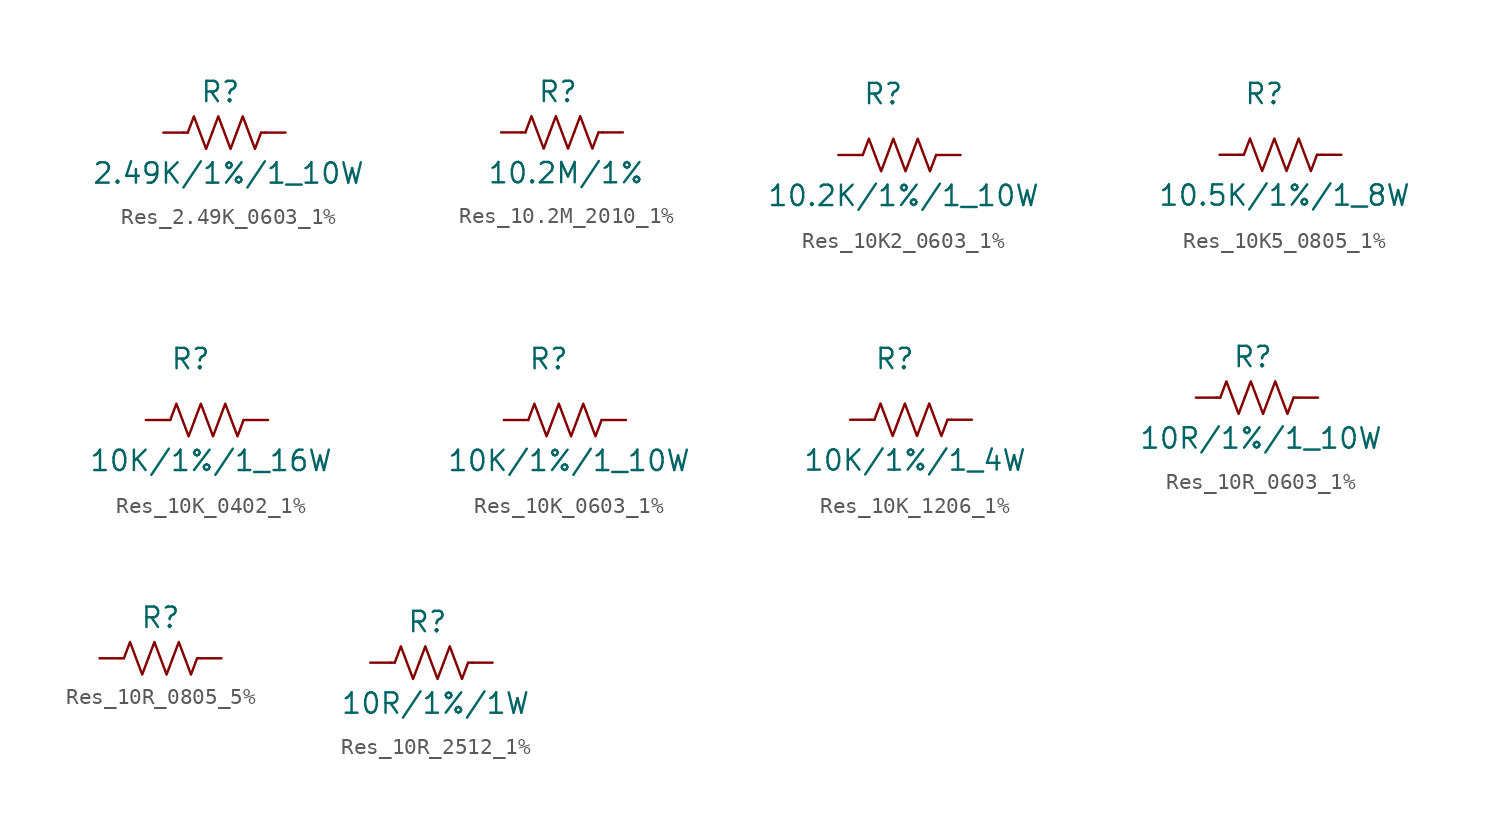
<source format=kicad_sym>
(kicad_symbol_lib
  (version 20231120)
  (generator "kicad_symbol_editor")
  (generator_version "8.0")
  (symbol "Res_2.49K_0603_1%"
    (pin_numbers hide)
    (pin_names hide)
    (property "Reference" "R"
      (at 3.556 2.54 0)
      (effects (font (size 1.27 1.27))))
    (property "Value" "2.49K/1%/1_10W"
      (at 4.064 -2.54 0)
      (effects (font (size 1.27 1.27))))
    (symbol "Res_2.49K_0603_1%_0_1"
      (polyline (pts (xy 1.524 0) (xy 1.27 0)) (stroke (width 0) (type default)) (fill (type none)))
      (polyline (pts (xy 6.096 0) (xy 6.35 0)) (stroke (width 0) (type default)) (fill (type none)))
      (polyline (pts (xy 1.524 0) (xy 1.905 1.016) (xy 2.286 0) (xy 2.667 -1.016) (xy 3.048 0)) (stroke (width 0) (type default)) (fill (type none)))
      (polyline (pts (xy 3.048 0) (xy 3.429 1.016) (xy 3.81 0) (xy 4.191 -1.016) (xy 4.572 0)) (stroke (width 0) (type default)) (fill (type none)))
      (polyline (pts (xy 4.572 0) (xy 4.953 1.016) (xy 5.334 0) (xy 5.715 -1.016) (xy 6.096 0)) (stroke (width 0) (type default)) (fill (type none))))
    (symbol "Res_2.49K_0603_1%_1_1"
      (pin passive line (at 0 0 0) (length 1.27) (name "~" (effects (font (size 1.27 1.27)))) (number "1" (effects (font (size 1.27 1.27)))))
      (pin passive line (at 7.62 0 180) (length 1.27) (name "~" (effects (font (size 1.27 1.27)))) (number "2" (effects (font (size 1.27 1.27)))))))
  (symbol "Res_10.2M_2010_1%"
    (pin_numbers hide)
    (pin_names hide)
    (property "Reference" "R"
      (at 3.556 2.54 0)
      (effects (font (size 1.27 1.27))))
    (property "Value" "10.2M/1%"
      (at 4.064 -2.54 0)
      (effects (font (size 1.27 1.27))))
    (symbol "Res_10.2M_2010_1%_0_1"
      (polyline (pts (xy 1.524 0) (xy 1.27 0)) (stroke (width 0) (type default)) (fill (type none)))
      (polyline (pts (xy 6.096 0) (xy 6.35 0)) (stroke (width 0) (type default)) (fill (type none)))
      (polyline (pts (xy 1.524 0) (xy 1.905 1.016) (xy 2.286 0) (xy 2.667 -1.016) (xy 3.048 0)) (stroke (width 0) (type default)) (fill (type none)))
      (polyline (pts (xy 3.048 0) (xy 3.429 1.016) (xy 3.81 0) (xy 4.191 -1.016) (xy 4.572 0)) (stroke (width 0) (type default)) (fill (type none)))
      (polyline (pts (xy 4.572 0) (xy 4.953 1.016) (xy 5.334 0) (xy 5.715 -1.016) (xy 6.096 0)) (stroke (width 0) (type default)) (fill (type none))))
    (symbol "Res_10.2M_2010_1%_1_1"
      (pin passive line (at 0 0 0) (length 1.27) (name "~" (effects (font (size 1.27 1.27)))) (number "1" (effects (font (size 1.27 1.27)))))
      (pin passive line (at 7.62 0 180) (length 1.27) (name "~" (effects (font (size 1.27 1.27)))) (number "2" (effects (font (size 1.27 1.27)))))))
  (symbol "Res_10K2_0603_1%"
    (pin_numbers hide)
    (pin_names hide)
    (property "Reference" "R"
      (at 2.794 3.81 0)
      (effects (font (size 1.27 1.27))))
    (property "Value" "10.2K/1%/1_10W"
      (at 4.064 -2.54 0)
      (effects (font (size 1.27 1.27))))
    (symbol "Res_10K2_0603_1%_0_1"
      (polyline (pts (xy 1.524 0) (xy 1.27 0)) (stroke (width 0) (type default)) (fill (type none)))
      (polyline (pts (xy 6.096 0) (xy 6.35 0)) (stroke (width 0) (type default)) (fill (type none)))
      (polyline (pts (xy 1.524 0) (xy 1.905 1.016) (xy 2.286 0) (xy 2.667 -1.016) (xy 3.048 0)) (stroke (width 0) (type default)) (fill (type none)))
      (polyline (pts (xy 3.048 0) (xy 3.429 1.016) (xy 3.81 0) (xy 4.191 -1.016) (xy 4.572 0)) (stroke (width 0) (type default)) (fill (type none)))
      (polyline (pts (xy 4.572 0) (xy 4.953 1.016) (xy 5.334 0) (xy 5.715 -1.016) (xy 6.096 0)) (stroke (width 0) (type default)) (fill (type none))))
    (symbol "Res_10K2_0603_1%_1_1"
      (pin passive line (at 0 0 0) (length 1.27) (name "~" (effects (font (size 1.27 1.27)))) (number "1" (effects (font (size 1.27 1.27)))))
      (pin passive line (at 7.62 0 180) (length 1.27) (name "~" (effects (font (size 1.27 1.27)))) (number "2" (effects (font (size 1.27 1.27)))))))
  (symbol "Res_10K5_0805_1%"
    (pin_numbers hide)
    (pin_names hide)
    (property "Reference" "R"
      (at 2.794 3.81 0)
      (effects (font (size 1.27 1.27))))
    (property "Value" "10.5K/1%/1_8W"
      (at 4.064 -2.54 0)
      (effects (font (size 1.27 1.27))))
    (symbol "Res_10K5_0805_1%_0_1"
      (polyline (pts (xy 1.524 0) (xy 1.27 0)) (stroke (width 0) (type default)) (fill (type none)))
      (polyline (pts (xy 6.096 0) (xy 6.35 0)) (stroke (width 0) (type default)) (fill (type none)))
      (polyline (pts (xy 1.524 0) (xy 1.905 1.016) (xy 2.286 0) (xy 2.667 -1.016) (xy 3.048 0)) (stroke (width 0) (type default)) (fill (type none)))
      (polyline (pts (xy 3.048 0) (xy 3.429 1.016) (xy 3.81 0) (xy 4.191 -1.016) (xy 4.572 0)) (stroke (width 0) (type default)) (fill (type none)))
      (polyline (pts (xy 4.572 0) (xy 4.953 1.016) (xy 5.334 0) (xy 5.715 -1.016) (xy 6.096 0)) (stroke (width 0) (type default)) (fill (type none))))
    (symbol "Res_10K5_0805_1%_1_1"
      (pin passive line (at 0 0 0) (length 1.27) (name "~" (effects (font (size 1.27 1.27)))) (number "1" (effects (font (size 1.27 1.27)))))
      (pin passive line (at 7.62 0 180) (length 1.27) (name "~" (effects (font (size 1.27 1.27)))) (number "2" (effects (font (size 1.27 1.27)))))))
  (symbol "Res_10K_0402_1%"
    (pin_numbers hide)
    (pin_names hide)
    (property "Reference" "R"
      (at 2.794 3.81 0)
      (effects (font (size 1.27 1.27))))
    (property "Value" "10K/1%/1_16W"
      (at 4.064 -2.54 0)
      (effects (font (size 1.27 1.27))))
    (symbol "Res_10K_0402_1%_0_1"
      (polyline (pts (xy 1.524 0) (xy 1.27 0)) (stroke (width 0) (type default)) (fill (type none)))
      (polyline (pts (xy 6.096 0) (xy 6.35 0)) (stroke (width 0) (type default)) (fill (type none)))
      (polyline (pts (xy 1.524 0) (xy 1.905 1.016) (xy 2.286 0) (xy 2.667 -1.016) (xy 3.048 0)) (stroke (width 0) (type default)) (fill (type none)))
      (polyline (pts (xy 3.048 0) (xy 3.429 1.016) (xy 3.81 0) (xy 4.191 -1.016) (xy 4.572 0)) (stroke (width 0) (type default)) (fill (type none)))
      (polyline (pts (xy 4.572 0) (xy 4.953 1.016) (xy 5.334 0) (xy 5.715 -1.016) (xy 6.096 0)) (stroke (width 0) (type default)) (fill (type none))))
    (symbol "Res_10K_0402_1%_1_1"
      (pin passive line (at 0 0 0) (length 1.27) (name "~" (effects (font (size 1.27 1.27)))) (number "1" (effects (font (size 1.27 1.27)))))
      (pin passive line (at 7.62 0 180) (length 1.27) (name "~" (effects (font (size 1.27 1.27)))) (number "2" (effects (font (size 1.27 1.27)))))))
  (symbol "Res_10K_0603_1%"
    (pin_numbers hide)
    (pin_names hide)
    (property "Reference" "R"
      (at 2.794 3.81 0)
      (effects (font (size 1.27 1.27))))
    (property "Value" "10K/1%/1_10W"
      (at 4.064 -2.54 0)
      (effects (font (size 1.27 1.27))))
    (symbol "Res_10K_0603_1%_0_1"
      (polyline (pts (xy 1.524 0) (xy 1.27 0)) (stroke (width 0) (type default)) (fill (type none)))
      (polyline (pts (xy 6.096 0) (xy 6.35 0)) (stroke (width 0) (type default)) (fill (type none)))
      (polyline (pts (xy 1.524 0) (xy 1.905 1.016) (xy 2.286 0) (xy 2.667 -1.016) (xy 3.048 0)) (stroke (width 0) (type default)) (fill (type none)))
      (polyline (pts (xy 3.048 0) (xy 3.429 1.016) (xy 3.81 0) (xy 4.191 -1.016) (xy 4.572 0)) (stroke (width 0) (type default)) (fill (type none)))
      (polyline (pts (xy 4.572 0) (xy 4.953 1.016) (xy 5.334 0) (xy 5.715 -1.016) (xy 6.096 0)) (stroke (width 0) (type default)) (fill (type none))))
    (symbol "Res_10K_0603_1%_1_1"
      (pin passive line (at 0 0 0) (length 1.27) (name "~" (effects (font (size 1.27 1.27)))) (number "1" (effects (font (size 1.27 1.27)))))
      (pin passive line (at 7.62 0 180) (length 1.27) (name "~" (effects (font (size 1.27 1.27)))) (number "2" (effects (font (size 1.27 1.27)))))))
  (symbol "Res_10K_1206_1%"
    (pin_numbers hide)
    (pin_names hide)
    (property "Reference" "R"
      (at 2.794 3.81 0)
      (effects (font (size 1.27 1.27))))
    (property "Value" "10K/1%/1_4W"
      (at 4.064 -2.54 0)
      (effects (font (size 1.27 1.27))))
    (symbol "Res_10K_1206_1%_0_1"
      (polyline (pts (xy 1.524 0) (xy 1.27 0)) (stroke (width 0) (type default)) (fill (type none)))
      (polyline (pts (xy 6.096 0) (xy 6.35 0)) (stroke (width 0) (type default)) (fill (type none)))
      (polyline (pts (xy 1.524 0) (xy 1.905 1.016) (xy 2.286 0) (xy 2.667 -1.016) (xy 3.048 0)) (stroke (width 0) (type default)) (fill (type none)))
      (polyline (pts (xy 3.048 0) (xy 3.429 1.016) (xy 3.81 0) (xy 4.191 -1.016) (xy 4.572 0)) (stroke (width 0) (type default)) (fill (type none)))
      (polyline (pts (xy 4.572 0) (xy 4.953 1.016) (xy 5.334 0) (xy 5.715 -1.016) (xy 6.096 0)) (stroke (width 0) (type default)) (fill (type none))))
    (symbol "Res_10K_1206_1%_1_1"
      (pin passive line (at 0 0 0) (length 1.27) (name "~" (effects (font (size 1.27 1.27)))) (number "1" (effects (font (size 1.27 1.27)))))
      (pin passive line (at 7.62 0 180) (length 1.27) (name "~" (effects (font (size 1.27 1.27)))) (number "2" (effects (font (size 1.27 1.27)))))))
  (symbol "Res_10R_0603_1%"
    (pin_numbers hide)
    (pin_names hide)
    (property "Reference" "R"
      (at 3.556 2.54 0)
      (effects (font (size 1.27 1.27))))
    (property "Value" "10R/1%/1_10W"
      (at 4.064 -2.54 0)
      (effects (font (size 1.27 1.27))))
    (symbol "Res_10R_0603_1%_0_1"
      (polyline (pts (xy 1.524 0) (xy 1.27 0)) (stroke (width 0) (type default)) (fill (type none)))
      (polyline (pts (xy 6.096 0) (xy 6.35 0)) (stroke (width 0) (type default)) (fill (type none)))
      (polyline (pts (xy 1.524 0) (xy 1.905 1.016) (xy 2.286 0) (xy 2.667 -1.016) (xy 3.048 0)) (stroke (width 0) (type default)) (fill (type none)))
      (polyline (pts (xy 3.048 0) (xy 3.429 1.016) (xy 3.81 0) (xy 4.191 -1.016) (xy 4.572 0)) (stroke (width 0) (type default)) (fill (type none)))
      (polyline (pts (xy 4.572 0) (xy 4.953 1.016) (xy 5.334 0) (xy 5.715 -1.016) (xy 6.096 0)) (stroke (width 0) (type default)) (fill (type none))))
    (symbol "Res_10R_0603_1%_1_1"
      (pin passive line (at 0 0 0) (length 1.27) (name "~" (effects (font (size 1.27 1.27)))) (number "1" (effects (font (size 1.27 1.27)))))
      (pin passive line (at 7.62 0 180) (length 1.27) (name "~" (effects (font (size 1.27 1.27)))) (number "2" (effects (font (size 1.27 1.27)))))))
  (symbol "Res_10R_0805_5%"
    (pin_numbers hide)
    (pin_names hide)
    (property "Reference" "R"
      (at 0 0 0)
      (effects (font (size 1.27 1.27))))
    (symbol "Res_10R_0805_5%_0_1"
      (polyline (pts (xy -2.286 -2.54) (xy -2.54 -2.54)) (stroke (width 0) (type default)) (fill (type none)))
      (polyline (pts (xy 2.286 -2.54) (xy 2.54 -2.54)) (stroke (width 0) (type default)) (fill (type none)))
      (polyline (pts (xy -2.286 -2.54) (xy -1.905 -1.524) (xy -1.524 -2.54) (xy -1.143 -3.556) (xy -0.762 -2.54)) (stroke (width 0) (type default)) (fill (type none)))
      (polyline (pts (xy 0.762 -2.54) (xy 1.143 -1.524) (xy 1.524 -2.54) (xy 1.905 -3.556) (xy 2.286 -2.54)) (stroke (width 0) (type default)) (fill (type none))))
    (symbol "Res_10R_0805_5%_1_1"
      (polyline (pts (xy -0.762 -2.54) (xy -0.381 -1.524) (xy 0 -2.54) (xy 0.381 -3.556) (xy 0.762 -2.54)) (stroke (width 0) (type default)) (fill (type none)))
      (pin passive line (at -3.81 -2.54 0) (length 1.27) (name "~" (effects (font (size 1.27 1.27)))) (number "1" (effects (font (size 1.27 1.27)))))
      (pin passive line (at 3.81 -2.54 180) (length 1.27) (name "~" (effects (font (size 1.27 1.27)))) (number "2" (effects (font (size 1.27 1.27)))))))
  (symbol "Res_10R_2512_1%"
    (pin_numbers hide)
    (pin_names hide)
    (property "Reference" "R"
      (at 3.556 2.54 0)
      (effects (font (size 1.27 1.27))))
    (property "Value" "10R/1%/1W"
      (at 4.064 -2.54 0)
      (effects (font (size 1.27 1.27))))
    (symbol "Res_10R_2512_1%_0_1"
      (polyline (pts (xy 1.524 0) (xy 1.27 0)) (stroke (width 0) (type default)) (fill (type none)))
      (polyline (pts (xy 6.096 0) (xy 6.35 0)) (stroke (width 0) (type default)) (fill (type none)))
      (polyline (pts (xy 1.524 0) (xy 1.905 1.016) (xy 2.286 0) (xy 2.667 -1.016) (xy 3.048 0)) (stroke (width 0) (type default)) (fill (type none)))
      (polyline (pts (xy 3.048 0) (xy 3.429 1.016) (xy 3.81 0) (xy 4.191 -1.016) (xy 4.572 0)) (stroke (width 0) (type default)) (fill (type none)))
      (polyline (pts (xy 4.572 0) (xy 4.953 1.016) (xy 5.334 0) (xy 5.715 -1.016) (xy 6.096 0)) (stroke (width 0) (type default)) (fill (type none))))
    (symbol "Res_10R_2512_1%_1_1"
      (pin passive line (at 0 0 0) (length 1.27) (name "~" (effects (font (size 1.27 1.27)))) (number "1" (effects (font (size 1.27 1.27)))))
      (pin passive line (at 7.62 0 180) (length 1.27) (name "~" (effects (font (size 1.27 1.27)))) (number "2" (effects (font (size 1.27 1.27))))))))
</source>
